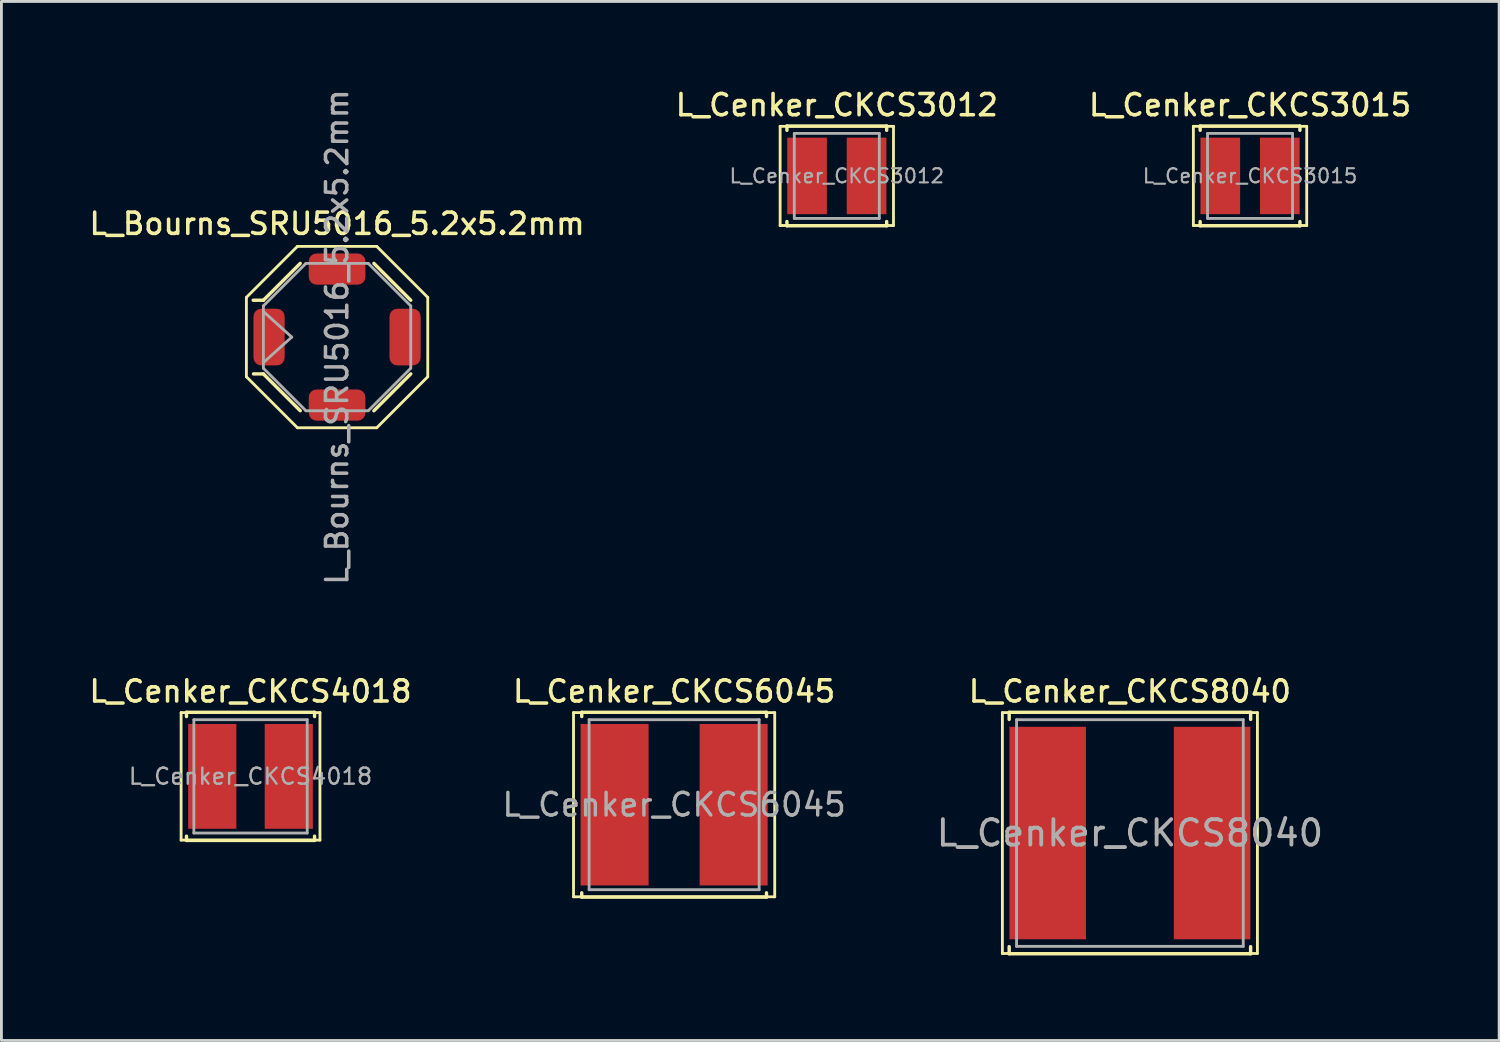
<source format=kicad_pcb>
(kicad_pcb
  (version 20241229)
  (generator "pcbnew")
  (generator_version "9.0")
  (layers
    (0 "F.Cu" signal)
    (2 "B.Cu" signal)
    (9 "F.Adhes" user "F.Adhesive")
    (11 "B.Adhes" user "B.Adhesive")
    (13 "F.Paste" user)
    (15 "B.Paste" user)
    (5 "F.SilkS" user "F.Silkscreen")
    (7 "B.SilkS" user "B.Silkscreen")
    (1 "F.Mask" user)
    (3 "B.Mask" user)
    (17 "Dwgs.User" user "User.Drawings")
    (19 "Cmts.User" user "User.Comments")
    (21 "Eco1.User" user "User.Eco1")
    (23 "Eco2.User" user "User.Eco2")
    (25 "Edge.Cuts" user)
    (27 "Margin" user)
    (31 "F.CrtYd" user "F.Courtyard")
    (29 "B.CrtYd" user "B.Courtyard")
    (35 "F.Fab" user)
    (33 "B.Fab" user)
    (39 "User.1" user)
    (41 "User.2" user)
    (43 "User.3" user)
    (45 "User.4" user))
  (footprint "L_Cenker_CKCS3015"
    (layer "F.Cu")
    (at 41.063 3.158)
    (property "Reference" "L_Cenker_CKCS3015" (at 0 -2.5 0) (layer "F.SilkS") (effects (font (size 0.75 0.75) (thickness 0.125))))
    (attr smd)
    (fp_line (start -2 -1.75) (end -2 1.75) (stroke (width 0.1) (type solid)) (layer "F.SilkS"))
    (fp_line (start -2 1.75) (end 2 1.75) (stroke (width 0.1) (type solid)) (layer "F.SilkS"))
    (fp_line (start -1.76 -1.76) (end -1.76 -1.61) (stroke (width 0.12) (type solid)) (layer "F.SilkS"))
    (fp_line (start -1.76 -1.76) (end 1.76 -1.76) (stroke (width 0.12) (type solid)) (layer "F.SilkS"))
    (fp_line (start -1.76 1.76) (end -1.76 1.61) (stroke (width 0.12) (type solid)) (layer "F.SilkS"))
    (fp_line (start -1.76 1.76) (end 1.76 1.76) (stroke (width 0.12) (type solid)) (layer "F.SilkS"))
    (fp_line (start 1.76 -1.76) (end 1.76 -1.61) (stroke (width 0.12) (type solid)) (layer "F.SilkS"))
    (fp_line (start 1.76 1.76) (end 1.76 1.61) (stroke (width 0.12) (type solid)) (layer "F.SilkS"))
    (fp_line (start 2 -1.75) (end -2 -1.75) (stroke (width 0.1) (type solid)) (layer "F.SilkS"))
    (fp_line (start 2 1.75) (end 2 -1.75) (stroke (width 0.1) (type solid)) (layer "F.SilkS"))
    (fp_line (start -1.5 -1.5) (end -1.5 1.5) (stroke (width 0.1) (type solid)) (layer "F.Fab"))
    (fp_line (start -1.5 1.5) (end 1.5 1.5) (stroke (width 0.1) (type solid)) (layer "F.Fab"))
    (fp_line (start 1.5 -1.5) (end -1.5 -1.5) (stroke (width 0.1) (type solid)) (layer "F.Fab"))
    (fp_line (start 1.5 1.5) (end 1.5 -1.5) (stroke (width 0.1) (type solid)) (layer "F.Fab"))
    (fp_text user "${REFERENCE}" (at 0 0 0) (layer "F.Fab") (effects (font (size 0.5 0.5) (thickness 0.075))))
    (pad "1" smd rect (at -1.05 0) (size 1.4 2.7) (layers "F.Cu" "F.Mask" "F.Paste"))
    (pad "2" smd rect (at 1.05 0) (size 1.4 2.7) (layers "F.Cu" "F.Mask" "F.Paste")))
  (footprint "L_Bourns_SRU5016_5.2x5.2mm"
    (layer "F.Cu")
    (at 8.845 8.845)
    (property "Reference" "L_Bourns_SRU5016_5.2x5.2mm" (at 0 -4 0) (unlocked yes) (layer "F.SilkS") (effects (font (size 0.75 0.75) (thickness 0.125))))
    (attr smd)
    (fp_line (start -3.2 1.4) (end -3.2 -1.4) (stroke (width 0.1) (type solid)) (layer "F.SilkS"))
    (fp_line (start -3.2 1.4) (end -1.4 3.2) (stroke (width 0.1) (type solid)) (layer "F.SilkS"))
    (fp_line (start -2.6 -1.3) (end -2.96 -1.3) (stroke (width 0.12) (type solid)) (layer "F.SilkS"))
    (fp_line (start -2.6 -1.3) (end -1.3 -2.6) (stroke (width 0.12) (type solid)) (layer "F.SilkS"))
    (fp_line (start -2.6 1.3) (end -2.95 1.3) (stroke (width 0.12) (type solid)) (layer "F.SilkS"))
    (fp_line (start -1.4 -3.2) (end -3.2 -1.4) (stroke (width 0.1) (type solid)) (layer "F.SilkS"))
    (fp_line (start -1.4 -3.2) (end 1.4 -3.2) (stroke (width 0.1) (type solid)) (layer "F.SilkS"))
    (fp_line (start -1.3 2.6) (end -2.6 1.3) (stroke (width 0.12) (type solid)) (layer "F.SilkS"))
    (fp_line (start 1.3 -2.6) (end 2.6 -1.3) (stroke (width 0.12) (type solid)) (layer "F.SilkS"))
    (fp_line (start 1.3 2.6) (end 2.6 1.3) (stroke (width 0.12) (type solid)) (layer "F.SilkS"))
    (fp_line (start 1.4 -3.2) (end 3.2 -1.4) (stroke (width 0.1) (type solid)) (layer "F.SilkS"))
    (fp_line (start 1.4 3.2) (end -1.4 3.2) (stroke (width 0.1) (type solid)) (layer "F.SilkS"))
    (fp_line (start 1.4 3.2) (end 3.2 1.4) (stroke (width 0.1) (type solid)) (layer "F.SilkS"))
    (fp_line (start 3.2 -1.4) (end 3.2 1.4) (stroke (width 0.1) (type solid)) (layer "F.SilkS"))
    (fp_line (start -2.6 -1.1) (end -1.1 -2.6) (stroke (width 0.1) (type solid)) (layer "F.Fab"))
    (fp_line (start -2.6 -0.9) (end -1.6 0) (stroke (width 0.1) (type solid)) (layer "F.Fab"))
    (fp_line (start -2.6 1.1) (end -2.6 -1.1) (stroke (width 0.1) (type solid)) (layer "F.Fab"))
    (fp_line (start -1.6 0) (end -2.6 0.9) (stroke (width 0.1) (type solid)) (layer "F.Fab"))
    (fp_line (start -1.1 -2.6) (end 1.1 -2.6) (stroke (width 0.1) (type solid)) (layer "F.Fab"))
    (fp_line (start -1.1 2.6) (end -2.6 1.1) (stroke (width 0.1) (type solid)) (layer "F.Fab"))
    (fp_line (start 1.1 -2.6) (end 2.6 -1.1) (stroke (width 0.1) (type solid)) (layer "F.Fab"))
    (fp_line (start 1.1 2.6) (end -1.1 2.6) (stroke (width 0.1) (type solid)) (layer "F.Fab"))
    (fp_line (start 2.6 -1.1) (end 2.6 1.1) (stroke (width 0.1) (type solid)) (layer "F.Fab"))
    (fp_line (start 2.6 1.1) (end 1.1 2.6) (stroke (width 0.1) (type solid)) (layer "F.Fab"))
    (fp_text user "${REFERENCE}" (at 0 0 90) (layer "F.Fab") (effects (font (size 0.75 0.75) (thickness 0.125))))
    (pad "1" smd roundrect (at -2.4 0) (size 1.1 2) (layers "F.Cu" "F.Mask" "F.Paste") (roundrect_rratio 0.25))
    (pad "2" smd roundrect (at 2.4 0) (size 1.1 2) (layers "F.Cu" "F.Mask" "F.Paste") (roundrect_rratio 0.25))
    (pad "MP" smd roundrect (at 0 -2.4 270) (size 1.1 2) (layers "F.Cu" "F.Mask" "F.Paste") (roundrect_rratio 0.25))
    (pad "MP" smd roundrect (at 0 2.4 90) (size 1.1 2) (layers "F.Cu" "F.Mask" "F.Paste") (roundrect_rratio 0.25)))
  (footprint "L_Cenker_CKCS3012"
    (layer "F.Cu")
    (at 26.48 3.158)
    (property "Reference" "L_Cenker_CKCS3012" (at 0 -2.5 0) (layer "F.SilkS") (effects (font (size 0.75 0.75) (thickness 0.125))))
    (attr smd)
    (fp_line (start -2 -1.75) (end -2 1.75) (stroke (width 0.1) (type solid)) (layer "F.SilkS"))
    (fp_line (start -2 1.75) (end 2 1.75) (stroke (width 0.1) (type solid)) (layer "F.SilkS"))
    (fp_line (start -1.76 -1.76) (end -1.76 -1.61) (stroke (width 0.12) (type solid)) (layer "F.SilkS"))
    (fp_line (start -1.76 -1.76) (end 1.76 -1.76) (stroke (width 0.12) (type solid)) (layer "F.SilkS"))
    (fp_line (start -1.76 1.76) (end -1.76 1.61) (stroke (width 0.12) (type solid)) (layer "F.SilkS"))
    (fp_line (start -1.76 1.76) (end 1.76 1.76) (stroke (width 0.12) (type solid)) (layer "F.SilkS"))
    (fp_line (start 1.76 -1.76) (end 1.76 -1.61) (stroke (width 0.12) (type solid)) (layer "F.SilkS"))
    (fp_line (start 1.76 1.76) (end 1.76 1.61) (stroke (width 0.12) (type solid)) (layer "F.SilkS"))
    (fp_line (start 2 -1.75) (end -2 -1.75) (stroke (width 0.1) (type solid)) (layer "F.SilkS"))
    (fp_line (start 2 1.75) (end 2 -1.75) (stroke (width 0.1) (type solid)) (layer "F.SilkS"))
    (fp_line (start -1.5 -1.5) (end -1.5 1.5) (stroke (width 0.1) (type solid)) (layer "F.Fab"))
    (fp_line (start -1.5 1.5) (end 1.5 1.5) (stroke (width 0.1) (type solid)) (layer "F.Fab"))
    (fp_line (start 1.5 -1.5) (end -1.5 -1.5) (stroke (width 0.1) (type solid)) (layer "F.Fab"))
    (fp_line (start 1.5 1.5) (end 1.5 -1.5) (stroke (width 0.1) (type solid)) (layer "F.Fab"))
    (fp_text user "${REFERENCE}" (at 0 0 0) (layer "F.Fab") (effects (font (size 0.5 0.5) (thickness 0.075))))
    (pad "1" smd rect (at -1.05 0) (size 1.4 2.7) (layers "F.Cu" "F.Mask" "F.Paste"))
    (pad "2" smd rect (at 1.05 0) (size 1.4 2.7) (layers "F.Cu" "F.Mask" "F.Paste")))
  (footprint "L_Cenker_CKCS8040"
    (layer "F.Cu")
    (at 36.823 26.347)
    (property "Reference" "L_Cenker_CKCS8040" (at 0 -5 0) (layer "F.SilkS") (effects (font (size 0.75 0.75) (thickness 0.125))))
    (attr smd)
    (fp_line (start -4.5 -4.25) (end -4.5 4.25) (stroke (width 0.1) (type solid)) (layer "F.SilkS"))
    (fp_line (start -4.5 4.25) (end 4.5 4.25) (stroke (width 0.1) (type solid)) (layer "F.SilkS"))
    (fp_line (start -4.26 -4.26) (end -4.26 -4.01) (stroke (width 0.12) (type solid)) (layer "F.SilkS"))
    (fp_line (start -4.26 -4.26) (end 4.26 -4.26) (stroke (width 0.12) (type solid)) (layer "F.SilkS"))
    (fp_line (start -4.26 4.26) (end -4.26 4.01) (stroke (width 0.12) (type solid)) (layer "F.SilkS"))
    (fp_line (start -4.26 4.26) (end 4.26 4.26) (stroke (width 0.12) (type solid)) (layer "F.SilkS"))
    (fp_line (start 4.26 -4.26) (end 4.26 -4.01) (stroke (width 0.12) (type solid)) (layer "F.SilkS"))
    (fp_line (start 4.26 4.26) (end 4.26 4.01) (stroke (width 0.12) (type solid)) (layer "F.SilkS"))
    (fp_line (start 4.5 -4.25) (end -4.5 -4.25) (stroke (width 0.1) (type solid)) (layer "F.SilkS"))
    (fp_line (start 4.5 4.25) (end 4.5 -4.25) (stroke (width 0.1) (type solid)) (layer "F.SilkS"))
    (fp_line (start -4 -4) (end -4 4) (stroke (width 0.1) (type solid)) (layer "F.Fab"))
    (fp_line (start -4 4) (end 4 4) (stroke (width 0.1) (type solid)) (layer "F.Fab"))
    (fp_line (start 4 -4) (end -4 -4) (stroke (width 0.1) (type solid)) (layer "F.Fab"))
    (fp_line (start 4 4) (end 4 -4) (stroke (width 0.1) (type solid)) (layer "F.Fab"))
    (fp_text user "${REFERENCE}" (at 0 0 0) (layer "F.Fab") (effects (font (size 0.9 0.9) (thickness 0.135))))
    (pad "1" smd rect (at -2.9 0) (size 2.7 7.5) (layers "F.Cu" "F.Mask" "F.Paste"))
    (pad "2" smd rect (at 2.9 0) (size 2.7 7.5) (layers "F.Cu" "F.Mask" "F.Paste")))
  (footprint "L_Cenker_CKCS6045"
    (layer "F.Cu")
    (at 20.739 25.347)
    (property "Reference" "L_Cenker_CKCS6045" (at 0 -4 0) (layer "F.SilkS") (effects (font (size 0.75 0.75) (thickness 0.125))))
    (attr smd)
    (fp_line (start -3.55 -3.25) (end -3.55 3.25) (stroke (width 0.1) (type solid)) (layer "F.SilkS"))
    (fp_line (start -3.55 3.25) (end 3.55 3.25) (stroke (width 0.1) (type solid)) (layer "F.SilkS"))
    (fp_line (start -3.26 -3.26) (end -3.26 -3.11) (stroke (width 0.12) (type solid)) (layer "F.SilkS"))
    (fp_line (start -3.26 -3.26) (end 3.26 -3.26) (stroke (width 0.12) (type solid)) (layer "F.SilkS"))
    (fp_line (start -3.26 3.26) (end -3.26 3.11) (stroke (width 0.12) (type solid)) (layer "F.SilkS"))
    (fp_line (start -3.26 3.26) (end 3.26 3.26) (stroke (width 0.12) (type solid)) (layer "F.SilkS"))
    (fp_line (start 3.26 -3.26) (end 3.26 -3.11) (stroke (width 0.12) (type solid)) (layer "F.SilkS"))
    (fp_line (start 3.26 3.26) (end 3.26 3.11) (stroke (width 0.12) (type solid)) (layer "F.SilkS"))
    (fp_line (start 3.55 -3.25) (end -3.55 -3.25) (stroke (width 0.1) (type solid)) (layer "F.SilkS"))
    (fp_line (start 3.55 3.25) (end 3.55 -3.25) (stroke (width 0.1) (type solid)) (layer "F.SilkS"))
    (fp_line (start -3 -3) (end -3 3) (stroke (width 0.1) (type solid)) (layer "F.Fab"))
    (fp_line (start -3 3) (end 3 3) (stroke (width 0.1) (type solid)) (layer "F.Fab"))
    (fp_line (start 3 -3) (end -3 -3) (stroke (width 0.1) (type solid)) (layer "F.Fab"))
    (fp_line (start 3 3) (end 3 -3) (stroke (width 0.1) (type solid)) (layer "F.Fab"))
    (fp_text user "${REFERENCE}" (at 0 0 0) (layer "F.Fab") (effects (font (size 0.8 0.8) (thickness 0.12))))
    (pad "1" smd rect (at -2.1 0) (size 2.4 5.7) (layers "F.Cu" "F.Mask" "F.Paste"))
    (pad "2" smd rect (at 2.1 0) (size 2.4 5.7) (layers "F.Cu" "F.Mask" "F.Paste")))
  (footprint "L_Cenker_CKCS4018"
    (layer "F.Cu")
    (at 5.791 24.347)
    (property "Reference" "L_Cenker_CKCS4018" (at 0 -3 0) (layer "F.SilkS") (effects (font (size 0.75 0.75) (thickness 0.125))))
    (attr smd)
    (fp_line (start -2.45 -2.25) (end -2.45 2.25) (stroke (width 0.1) (type solid)) (layer "F.SilkS"))
    (fp_line (start -2.45 2.25) (end 2.45 2.25) (stroke (width 0.1) (type solid)) (layer "F.SilkS"))
    (fp_line (start -2.26 -2.26) (end -2.26 -2.11) (stroke (width 0.12) (type solid)) (layer "F.SilkS"))
    (fp_line (start -2.26 -2.26) (end 2.26 -2.26) (stroke (width 0.12) (type solid)) (layer "F.SilkS"))
    (fp_line (start -2.26 2.26) (end -2.26 2.11) (stroke (width 0.12) (type solid)) (layer "F.SilkS"))
    (fp_line (start -2.26 2.26) (end 2.26 2.26) (stroke (width 0.12) (type solid)) (layer "F.SilkS"))
    (fp_line (start 2.26 -2.26) (end 2.26 -2.11) (stroke (width 0.12) (type solid)) (layer "F.SilkS"))
    (fp_line (start 2.26 2.26) (end 2.26 2.11) (stroke (width 0.12) (type solid)) (layer "F.SilkS"))
    (fp_line (start 2.45 -2.25) (end -2.45 -2.25) (stroke (width 0.1) (type solid)) (layer "F.SilkS"))
    (fp_line (start 2.45 2.25) (end 2.45 -2.25) (stroke (width 0.1) (type solid)) (layer "F.SilkS"))
    (fp_line (start -2 -2) (end -2 2) (stroke (width 0.1) (type solid)) (layer "F.Fab"))
    (fp_line (start -2 2) (end 2 2) (stroke (width 0.1) (type solid)) (layer "F.Fab"))
    (fp_line (start 2 -2) (end -2 -2) (stroke (width 0.1) (type solid)) (layer "F.Fab"))
    (fp_line (start 2 2) (end 2 -2) (stroke (width 0.1) (type solid)) (layer "F.Fab"))
    (fp_text user "${REFERENCE}" (at 0 0 0) (layer "F.Fab") (effects (font (size 0.567 0.567) (thickness 0.085))))
    (pad "1" smd rect (at -1.35 0) (size 1.7 3.7) (layers "F.Cu" "F.Mask" "F.Paste"))
    (pad "2" smd rect (at 1.35 0) (size 1.7 3.7) (layers "F.Cu" "F.Mask" "F.Paste")))
  (gr_rect
    (start -3 -3)
    (end 49.854 33.667)
    (stroke (width 0.1) (type default))
    (fill no)
    (layer "Edge.Cuts")))
</source>
